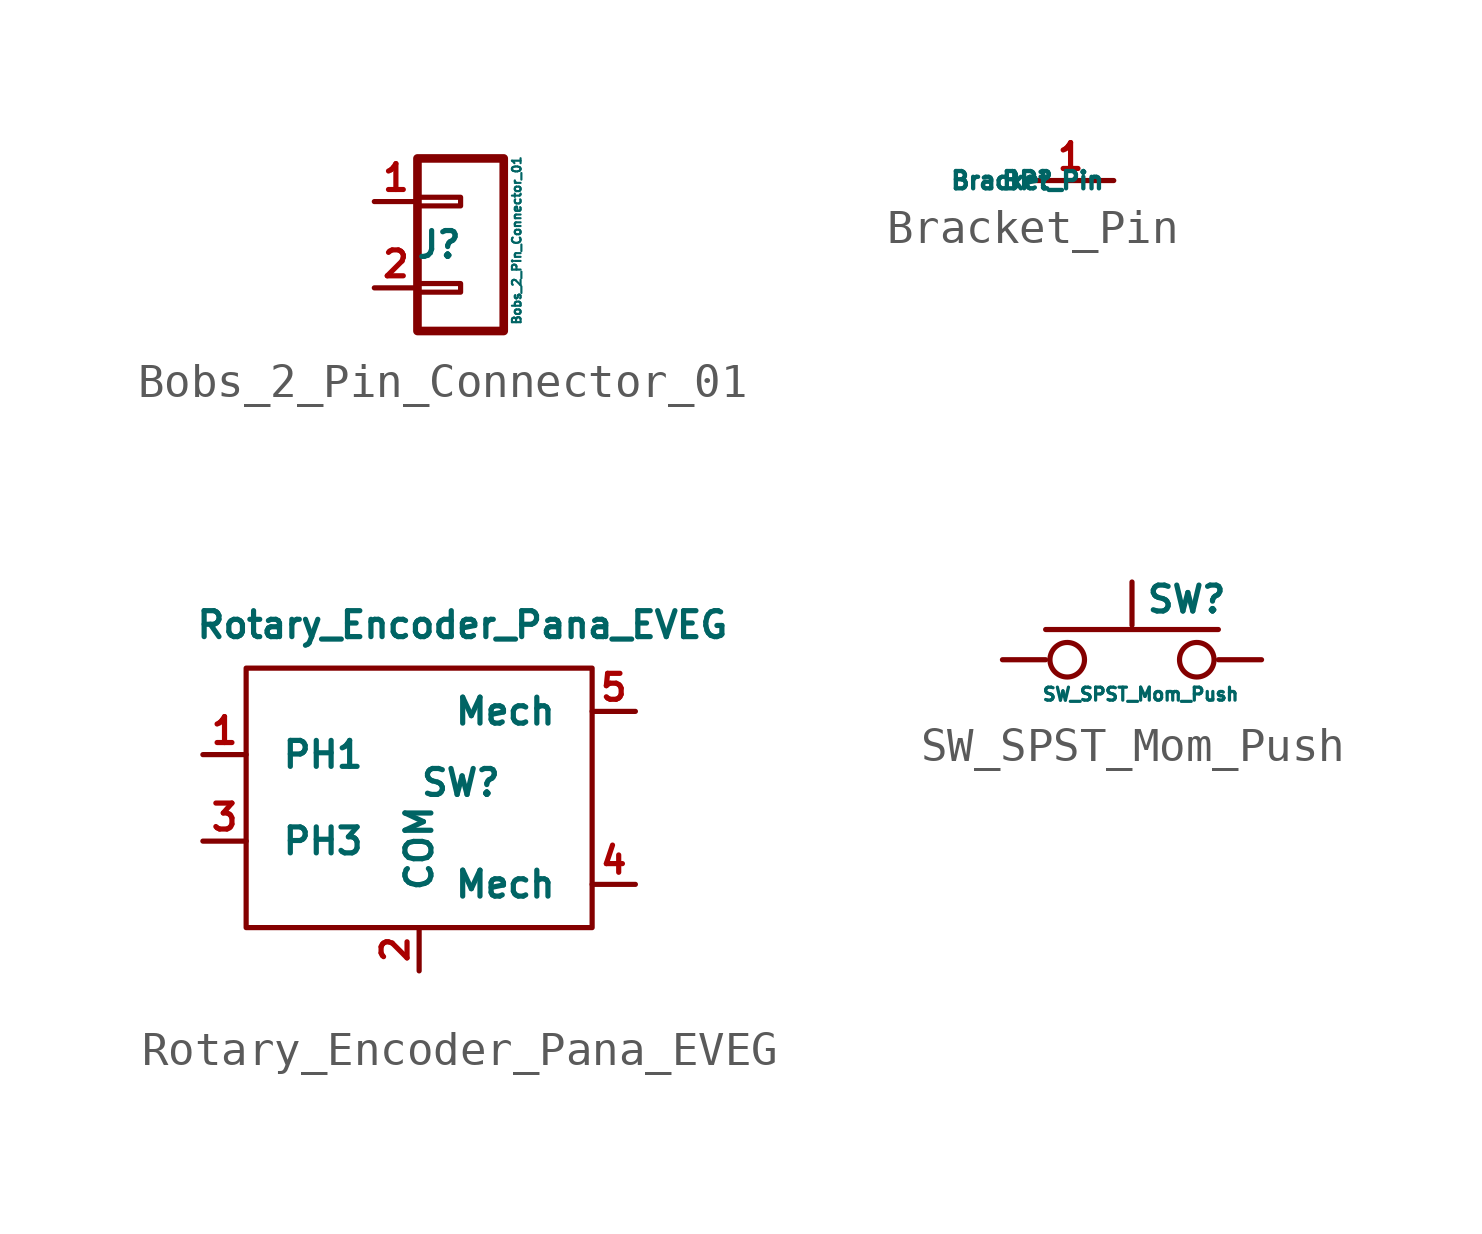
<source format=kicad_sym>
(kicad_symbol_lib
  (version 20210619)
  (generator kicad_symbol_editor)
  (symbol "Bobs_2_Pin_Connector_01"
    (pin_names
      (offset 1.016) hide)
    (property "Reference" "J"
      (at -0.635 -1.27 0)
      (effects (font (size 0.762 0.762))))
    (property "Value" "Bobs_2_Pin_Connector_01"
      (at 1.651 -1.143 90)
      (effects (font (size 0.254 0.254))))
    (symbol "Bobs_2_Pin_Connector_01_1_1"
      (rectangle (start -1.27 -2.413) (end 0 -2.667) (stroke (width 0.152)) (fill (type none)))
      (rectangle (start -1.27 0.127) (end 0 -0.127) (stroke (width 0.152)) (fill (type none)))
      (rectangle (start -1.27 1.27) (end 1.27 -3.81) (stroke (width 0.254)) (fill (type none)))
      (pin passive line (at -2.54 0 0) (length 1.27) (name "Pin_1" (effects (font (size 0.762 0.762)))) (number "1" (effects (font (size 0.762 0.762)))))
      (pin passive line (at -2.54 -2.54 0) (length 1.27) (name "Pin_2" (effects (font (size 0.762 0.762)))) (number "2" (effects (font (size 0.762 0.762)))))))
  (symbol "Bracket_Pin"
    (pin_names
      (offset 1.016))
    (property "Reference" "BP"
      (at 0 0 0)
      (effects (font (size 0.508 0.508))))
    (property "Value" "Bracket_Pin"
      (at 0 0 0)
      (effects (font (size 0.508 0.508))))
    (symbol "Bracket_Pin_1_1"
      (pin input line (at 0 0 0) (length 2.54) (name "~" (effects (font (size 0.762 0.762)))) (number "1" (effects (font (size 0.762 0.762)))))))
  (symbol "Rotary_Encoder_Pana_EVEG"
    (pin_names
      (offset 1.016))
    (property "Reference" "SW"
      (at 0 0 0)
      (effects (font (size 0.762 0.762)) (justify left bottom)))
    (property "Value" "Rotary_Encoder_Pana_EVEG"
      (at 1.27 5.08 0)
      (effects (font (size 0.762 0.762))))
    (symbol "Rotary_Encoder_Pana_EVEG_0_1"
      (rectangle (start -5.08 3.81) (end 5.08 -3.81) (stroke (width 0)) (fill (type none))))
    (symbol "Rotary_Encoder_Pana_EVEG_1_1"
      (pin output line (at -6.35 1.27 0) (length 1.27) (name "PH1" (effects (font (size 0.762 0.762)))) (number "1" (effects (font (size 0.762 0.762)))))
      (pin bidirectional line (at 0 -5.08 90) (length 1.27) (name "COM" (effects (font (size 0.762 0.762)))) (number "2" (effects (font (size 0.762 0.762)))))
      (pin output line (at -6.35 -1.27 0) (length 1.27) (name "PH3" (effects (font (size 0.762 0.762)))) (number "3" (effects (font (size 0.762 0.762)))))
      (pin passive line (at 6.35 -2.54 180) (length 1.27) (name "Mech" (effects (font (size 0.762 0.762)))) (number "4" (effects (font (size 0.762 0.762)))))
      (pin passive line (at 6.35 2.54 180) (length 1.27) (name "Mech" (effects (font (size 0.762 0.762)))) (number "5" (effects (font (size 0.762 0.762)))))))
  (symbol "SW_SPST_Mom_Push"
    (pin_numbers hide)
    (pin_names
      (offset 1.016) hide)
    (property "Reference" "SW"
      (at 0.381 1.778 0)
      (effects (font (size 0.762 0.762)) (justify left)))
    (property "Value" "SW_SPST_Mom_Push"
      (at 0.254 -1.016 0)
      (effects (font (size 0.381 0.381))))
    (symbol "SW_SPST_Mom_Push_0_1"
      (circle (center -1.905 0) (radius 0.508) (stroke (width 0)) (fill (type none)))
      (circle (center 1.905 0) (radius 0.508) (stroke (width 0)) (fill (type none)))
      (polyline (pts (xy 0 1.016) (xy 0 2.286)) (stroke (width 0)) (fill (type none)))
      (polyline (pts (xy 2.54 0.889) (xy -2.54 0.889)) (stroke (width 0)) (fill (type none)))
      (pin passive line (at -3.81 0 0) (length 1.27) (name "1" (effects (font (size 1.27 1.27)))) (number "1" (effects (font (size 1.27 1.27)))))
      (pin passive line (at 3.81 0 180) (length 1.27) (name "2" (effects (font (size 1.27 1.27)))) (number "2" (effects (font (size 1.27 1.27))))))))
</source>
